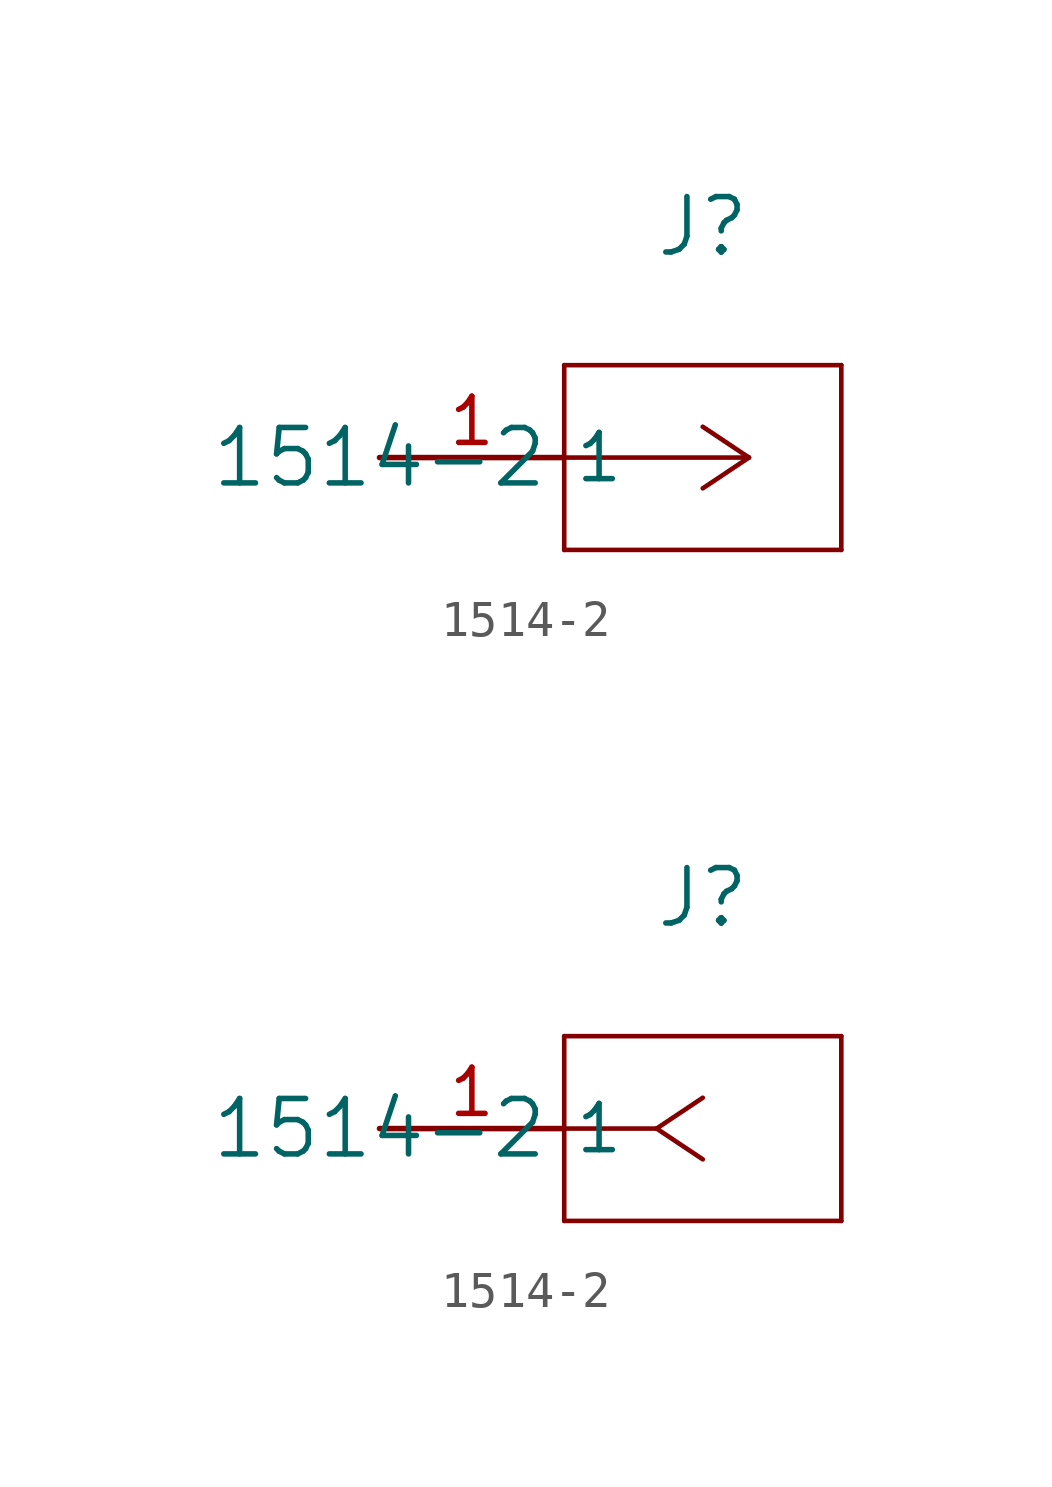
<source format=kicad_sym>
(kicad_symbol_lib
  (version 20211014)
  (generator kicad_symbol_editor)
  (symbol "1514-2"
    (pin_names
      (offset 0.254))
    (property "Reference" "J"
      (at 8.89 6.35 0)
      (effects (font (size 1.524 1.524))))
    (property "Value" "1514-2"
      (at 0 0 0)
      (effects (font (size 1.524 1.524))))
    (symbol "1514-2_1_1"
      (polyline (pts (xy 10.16 0) (xy 5.08 0)) (stroke (width 0.127) (type default) (color 0 0 0 0)) (fill (type none)))
      (polyline (pts (xy 10.16 0) (xy 8.89 0.847)) (stroke (width 0.127) (type default) (color 0 0 0 0)) (fill (type none)))
      (polyline (pts (xy 10.16 0) (xy 8.89 -0.847)) (stroke (width 0.127) (type default) (color 0 0 0 0)) (fill (type none)))
      (polyline (pts (xy 5.08 2.54) (xy 5.08 -2.54)) (stroke (width 0.127) (type default) (color 0 0 0 0)) (fill (type none)))
      (polyline (pts (xy 5.08 -2.54) (xy 12.7 -2.54)) (stroke (width 0.127) (type default) (color 0 0 0 0)) (fill (type none)))
      (polyline (pts (xy 12.7 -2.54) (xy 12.7 2.54)) (stroke (width 0.127) (type default) (color 0 0 0 0)) (fill (type none)))
      (polyline (pts (xy 12.7 2.54) (xy 5.08 2.54)) (stroke (width 0.127) (type default) (color 0 0 0 0)) (fill (type none)))
      (pin unspecified line (at 0 0 0) (length 5.08) (name "1" (effects (font (size 1.27 1.27)))) (number "1" (effects (font (size 1.27 1.27))))))
    (symbol "1514-2_1_2"
      (polyline (pts (xy 7.62 0) (xy 5.08 0)) (stroke (width 0.127) (type default) (color 0 0 0 0)) (fill (type none)))
      (polyline (pts (xy 7.62 0) (xy 8.89 0.847)) (stroke (width 0.127) (type default) (color 0 0 0 0)) (fill (type none)))
      (polyline (pts (xy 7.62 0) (xy 8.89 -0.847)) (stroke (width 0.127) (type default) (color 0 0 0 0)) (fill (type none)))
      (polyline (pts (xy 5.08 2.54) (xy 5.08 -2.54)) (stroke (width 0.127) (type default) (color 0 0 0 0)) (fill (type none)))
      (polyline (pts (xy 5.08 -2.54) (xy 12.7 -2.54)) (stroke (width 0.127) (type default) (color 0 0 0 0)) (fill (type none)))
      (polyline (pts (xy 12.7 -2.54) (xy 12.7 2.54)) (stroke (width 0.127) (type default) (color 0 0 0 0)) (fill (type none)))
      (polyline (pts (xy 12.7 2.54) (xy 5.08 2.54)) (stroke (width 0.127) (type default) (color 0 0 0 0)) (fill (type none)))
      (pin unspecified line (at 0 0 0) (length 5.08) (name "1" (effects (font (size 1.27 1.27)))) (number "1" (effects (font (size 1.27 1.27))))))))
</source>
